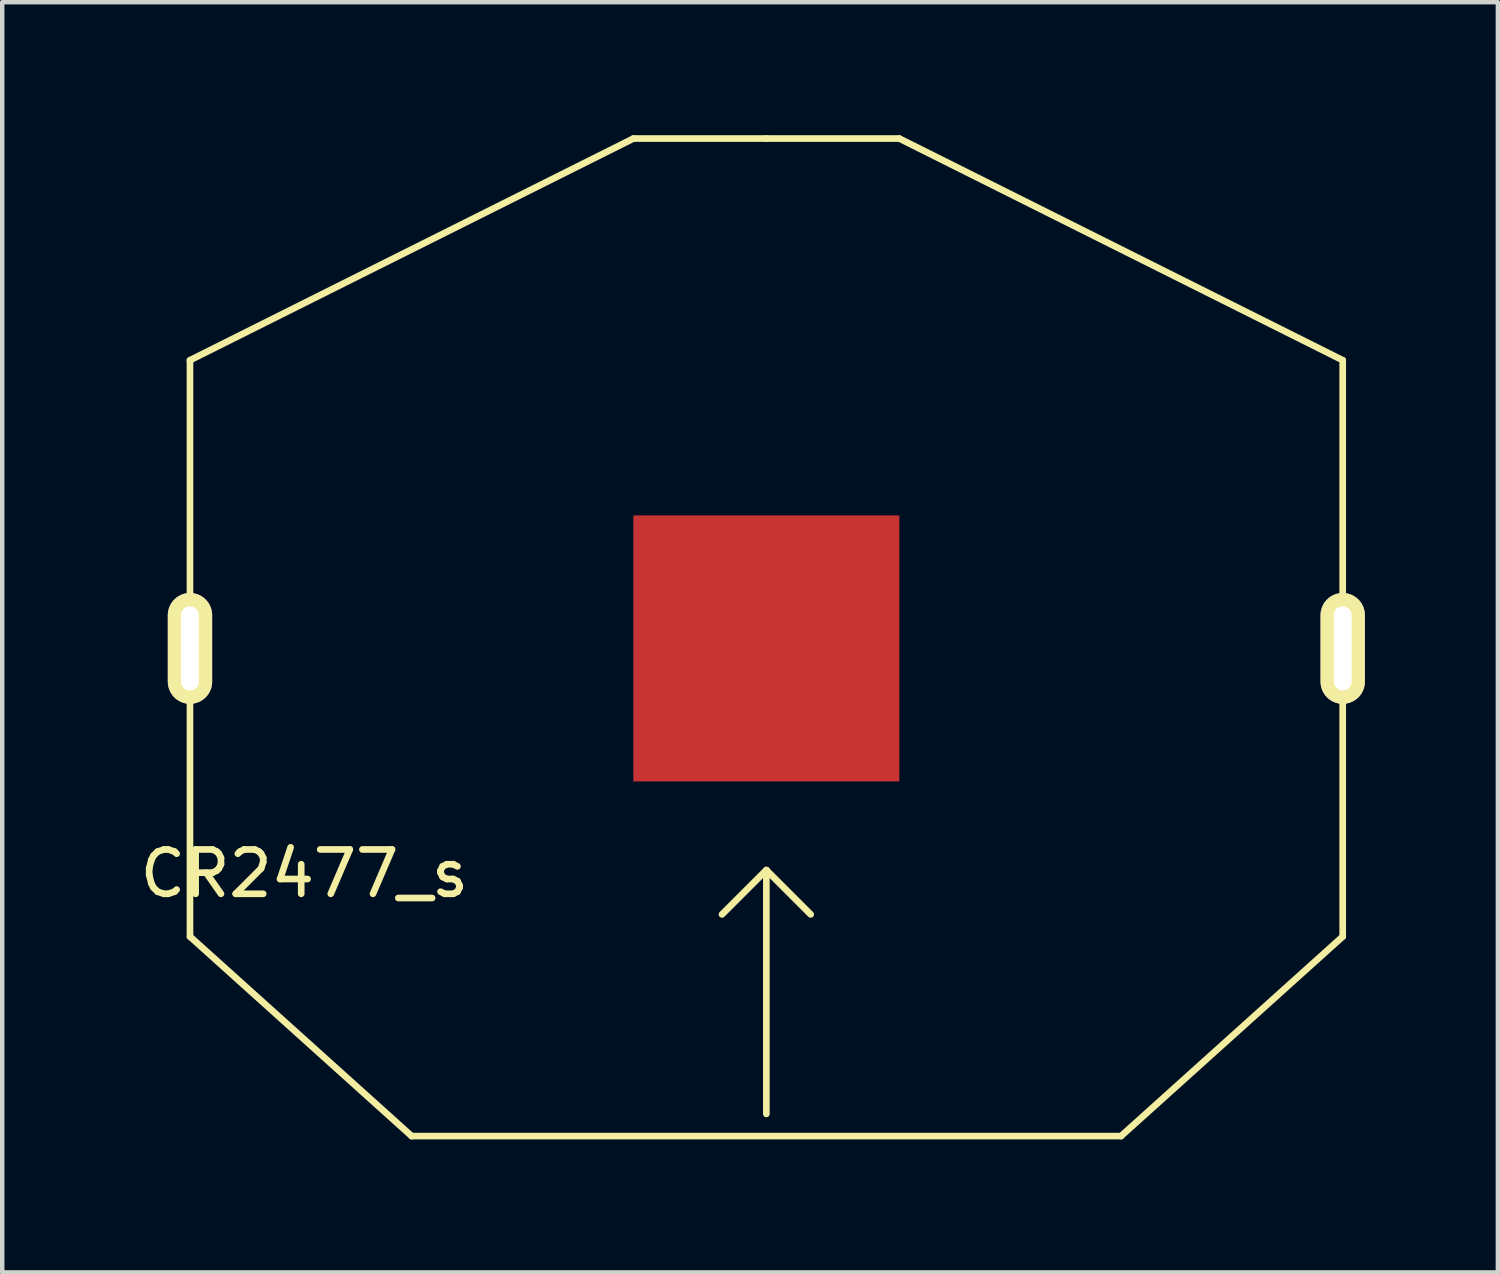
<source format=kicad_pcb>
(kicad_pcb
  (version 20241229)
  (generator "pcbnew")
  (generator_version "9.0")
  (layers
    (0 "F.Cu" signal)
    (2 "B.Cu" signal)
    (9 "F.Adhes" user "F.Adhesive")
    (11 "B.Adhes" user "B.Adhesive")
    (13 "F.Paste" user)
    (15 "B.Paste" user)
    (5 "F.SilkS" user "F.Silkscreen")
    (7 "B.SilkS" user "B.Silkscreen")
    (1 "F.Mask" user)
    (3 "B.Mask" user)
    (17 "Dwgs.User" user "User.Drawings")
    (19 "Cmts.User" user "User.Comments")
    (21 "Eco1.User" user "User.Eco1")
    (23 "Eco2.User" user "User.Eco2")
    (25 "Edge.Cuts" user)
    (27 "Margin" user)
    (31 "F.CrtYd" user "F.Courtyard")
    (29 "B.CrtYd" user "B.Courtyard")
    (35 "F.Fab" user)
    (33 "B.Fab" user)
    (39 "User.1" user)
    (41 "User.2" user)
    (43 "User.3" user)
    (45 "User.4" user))
  (footprint "CR2477_s"
    (placed yes)
    (layer "F.Cu")
    (at 14.135 11.575)
    (property "Reference" "CR2477_s" (at -10.32 5.08 0) (layer "F.SilkS") (effects (font (size 1 1) (thickness 0.15))))
    (attr through_hole)
    (fp_line (start -12.9 0) (end -12.9 -6.5) (stroke (width 0.15) (type solid)) (layer "F.SilkS"))
    (fp_line (start -12.9 0) (end -12.9 6.5) (stroke (width 0.15) (type solid)) (layer "F.SilkS"))
    (fp_line (start -12.9 6.5) (end -7.9 11) (stroke (width 0.15) (type solid)) (layer "F.SilkS"))
    (fp_line (start -7.9 11) (end 8.1 11) (stroke (width 0.15) (type solid)) (layer "F.SilkS"))
    (fp_line (start -2.9 -11.5) (end -12.9 -6.5) (stroke (width 0.15) (type solid)) (layer "F.SilkS"))
    (fp_line (start 0.1 -11.5) (end -2.9 -11.5) (stroke (width 0.15) (type solid)) (layer "F.SilkS"))
    (fp_line (start 0.1 -11.5) (end 3.1 -11.5) (stroke (width 0.15) (type solid)) (layer "F.SilkS"))
    (fp_line (start 0.1 5) (end -0.9 6) (stroke (width 0.15) (type solid)) (layer "F.SilkS"))
    (fp_line (start 0.1 5) (end 1.1 6) (stroke (width 0.15) (type solid)) (layer "F.SilkS"))
    (fp_line (start 0.1 10.5) (end 0.1 5) (stroke (width 0.15) (type solid)) (layer "F.SilkS"))
    (fp_line (start 3.1 -11.5) (end 13.1 -6.5) (stroke (width 0.15) (type solid)) (layer "F.SilkS"))
    (fp_line (start 13.1 0) (end 13.1 -6.5) (stroke (width 0.15) (type solid)) (layer "F.SilkS"))
    (fp_line (start 13.1 0) (end 13.1 6.5) (stroke (width 0.15) (type solid)) (layer "F.SilkS"))
    (fp_line (start 13.1 6.5) (end 8.1 11) (stroke (width 0.15) (type solid)) (layer "F.SilkS"))
    (pad "1" smd rect (at 0.1 0) (size 6 6) (layers "F.Cu" "F.Mask" "F.Paste"))
    (pad "2" thru_hole oval (at -12.9 0) (size 1 2.5) (drill oval 0.4 1.9) (layers "*.Cu" "*.Mask" "F.SilkS"))
    (pad "2" thru_hole oval (at 13.1 0) (size 1 2.5) (drill oval 0.4 1.9) (layers "*.Cu" "*.Mask" "F.SilkS")))
  (gr_rect
    (start -3 -3)
    (end 30.735 25.65)
    (stroke (width 0.1) (type default))
    (fill no)
    (layer "Edge.Cuts")))
</source>
